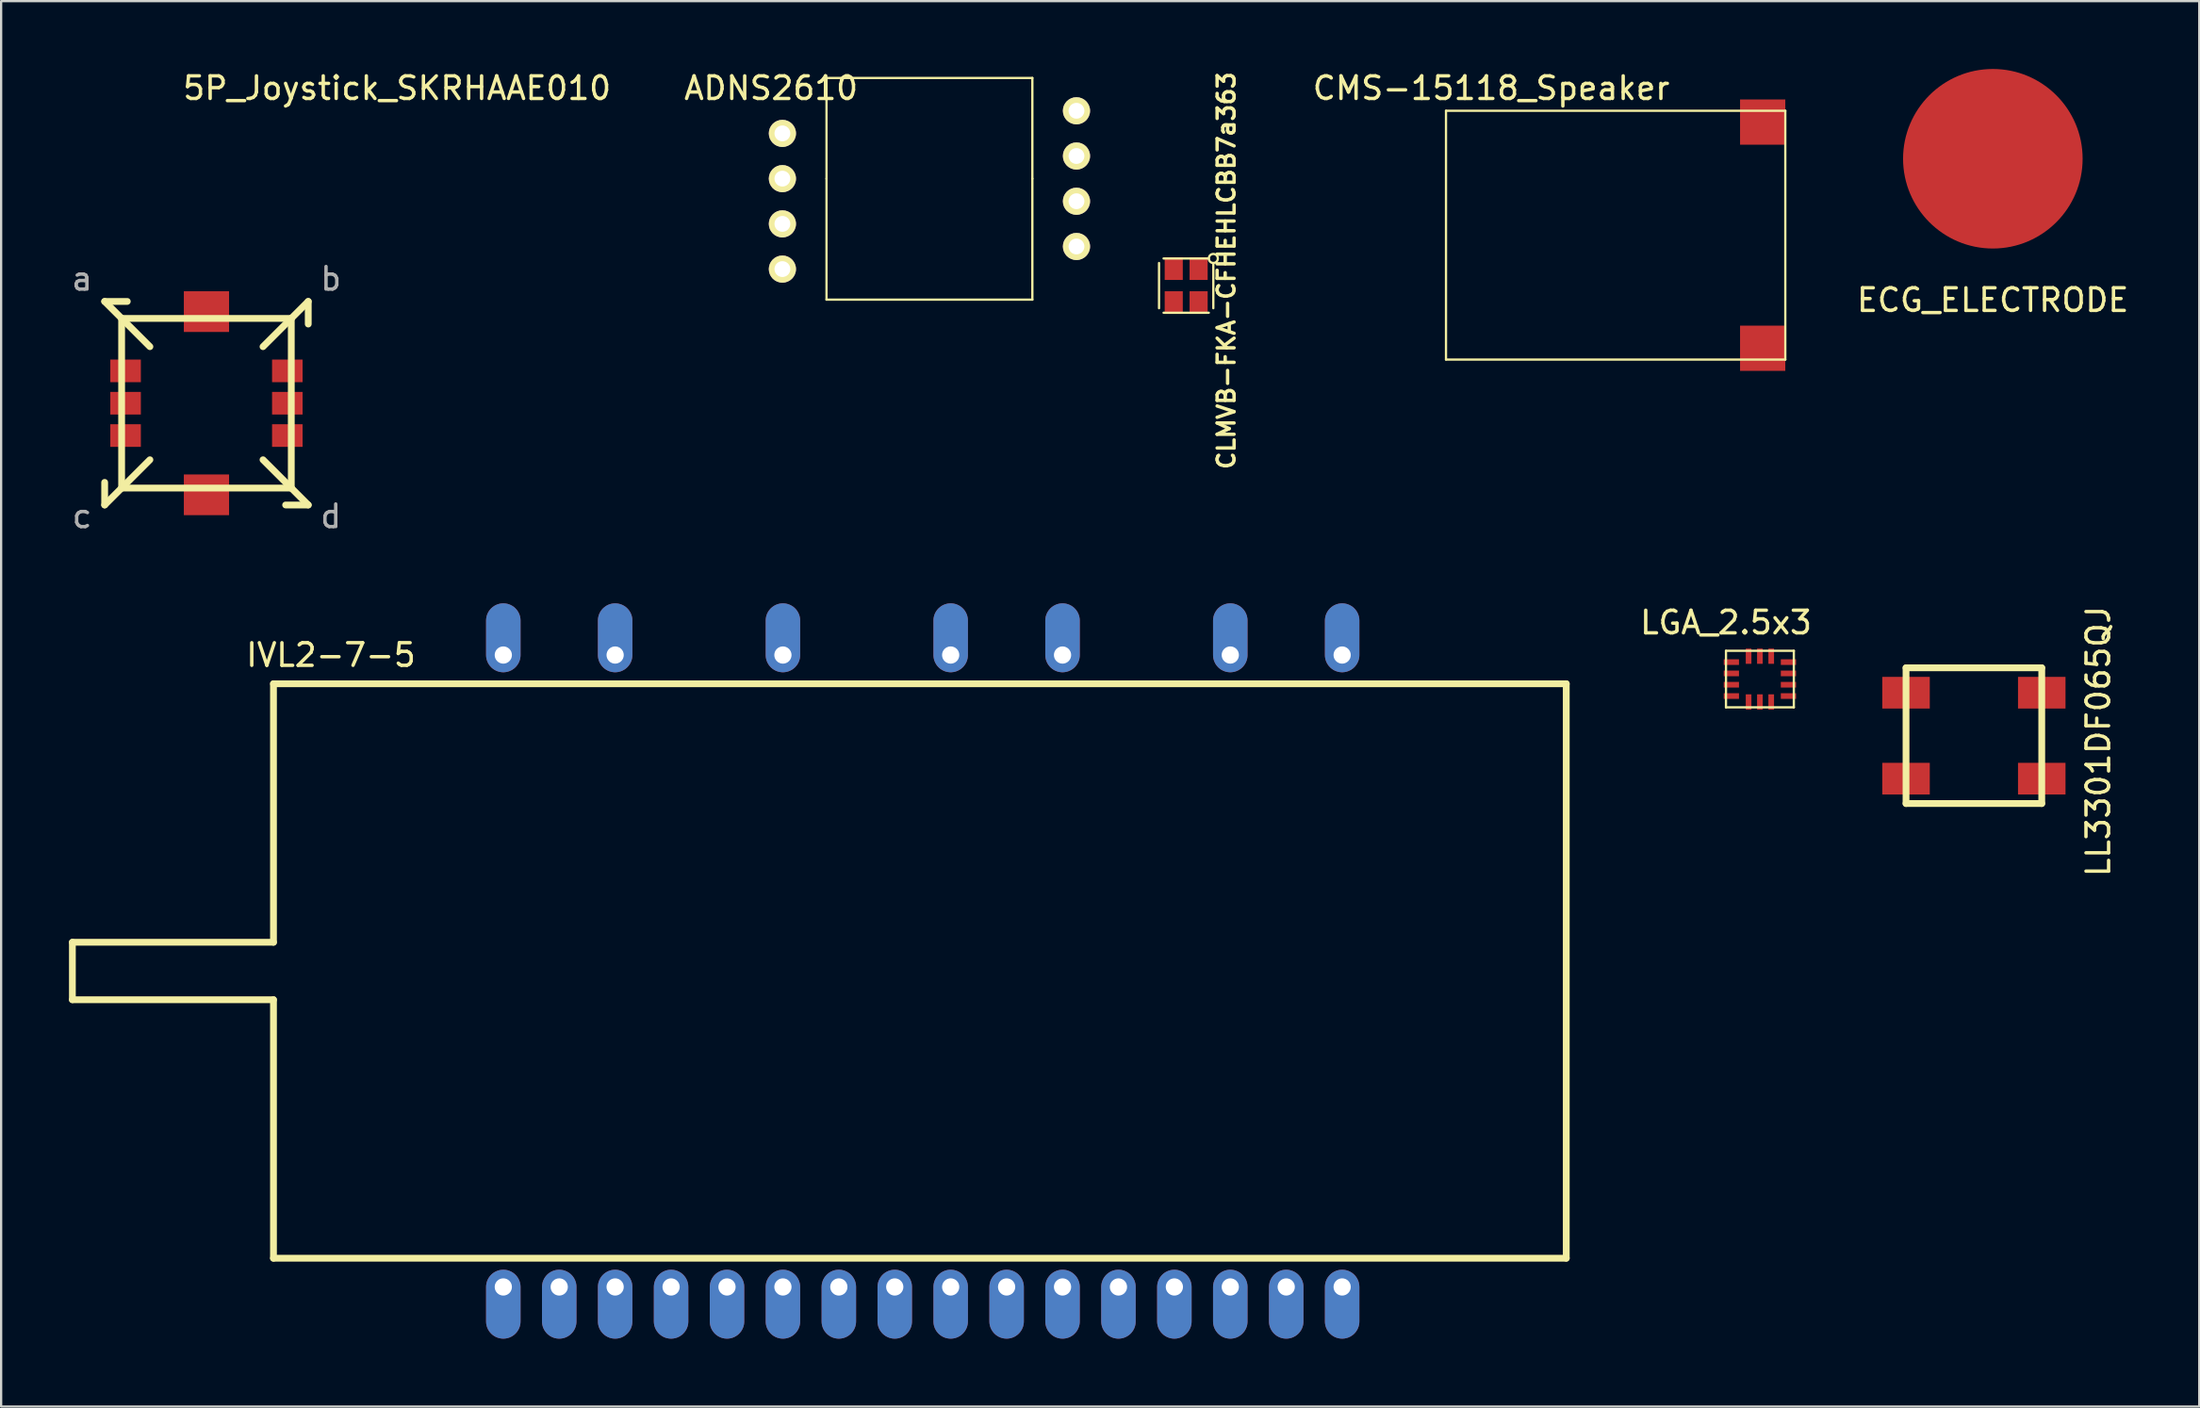
<source format=kicad_pcb>
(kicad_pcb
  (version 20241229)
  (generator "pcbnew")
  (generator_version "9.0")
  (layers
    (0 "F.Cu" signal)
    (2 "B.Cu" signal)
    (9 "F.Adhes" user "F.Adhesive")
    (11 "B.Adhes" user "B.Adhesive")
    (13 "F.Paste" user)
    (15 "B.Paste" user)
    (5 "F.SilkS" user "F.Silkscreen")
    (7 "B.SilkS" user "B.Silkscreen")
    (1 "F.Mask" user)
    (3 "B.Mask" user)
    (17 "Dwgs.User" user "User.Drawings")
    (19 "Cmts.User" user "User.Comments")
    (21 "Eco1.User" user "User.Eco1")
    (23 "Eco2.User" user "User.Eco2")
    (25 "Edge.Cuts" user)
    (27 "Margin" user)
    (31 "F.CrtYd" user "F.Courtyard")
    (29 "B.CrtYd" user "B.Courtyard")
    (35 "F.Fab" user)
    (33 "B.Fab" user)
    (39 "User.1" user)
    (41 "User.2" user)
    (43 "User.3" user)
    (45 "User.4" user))
  (footprint "5P_Joystick_SKRHAAE010"
    (layer "F.Cu")
    (at 6.077 14.778)
    (property "Reference" "5P_Joystick_SKRHAAE010" (at 8.425 -13.93 0) (layer "F.SilkS") (effects (font (size 1 1) (thickness 0.15))))
    (attr through_hole)
    (fp_line (start -4.5 -4.5) (end -3.5 -4.5) (stroke (width 0.3) (type solid)) (layer "F.SilkS"))
    (fp_line (start -4.5 4.5) (end -4.5 3.5) (stroke (width 0.3) (type solid)) (layer "F.SilkS"))
    (fp_line (start -3.75 -3.75) (end 3.75 -3.75) (stroke (width 0.3) (type solid)) (layer "F.SilkS"))
    (fp_line (start -3.75 3.75) (end -3.75 -3.75) (stroke (width 0.3) (type solid)) (layer "F.SilkS"))
    (fp_line (start -2.5 -2.5) (end -4.5 -4.5) (stroke (width 0.3) (type solid)) (layer "F.SilkS"))
    (fp_line (start -2.5 2.5) (end -4.5 4.5) (stroke (width 0.3) (type solid)) (layer "F.SilkS"))
    (fp_line (start 2.5 -2.5) (end 4.5 -4.5) (stroke (width 0.3) (type solid)) (layer "F.SilkS"))
    (fp_line (start 2.5 2.5) (end 4.5 4.5) (stroke (width 0.3) (type solid)) (layer "F.SilkS"))
    (fp_line (start 3.75 -3.75) (end 3.75 3.75) (stroke (width 0.3) (type solid)) (layer "F.SilkS"))
    (fp_line (start 3.75 3.75) (end -3.75 3.75) (stroke (width 0.3) (type solid)) (layer "F.SilkS"))
    (fp_line (start 4.5 -4.5) (end 4.5 -3.5) (stroke (width 0.3) (type solid)) (layer "F.SilkS"))
    (fp_line (start 4.5 4.5) (end 3.5 4.5) (stroke (width 0.3) (type solid)) (layer "F.SilkS"))
    (fp_text user "c" (at -5.5 5 0) (layer "F.Fab") (effects (font (size 1 1) (thickness 0.15))))
    (fp_text user "a" (at -5.5 -5.5 0) (layer "F.Fab") (effects (font (size 1 1) (thickness 0.15))))
    (fp_text user "d" (at 5.5 5 0) (layer "F.Fab") (effects (font (size 1 1) (thickness 0.15))))
    (fp_text user "b" (at 5.5 -5.5 0) (layer "F.Fab") (effects (font (size 1 1) (thickness 0.15))))
    (pad "1" smd rect (at -3.575 -1.43) (size 1.35 1) (layers "F.Cu" "F.Mask" "F.Paste"))
    (pad "2" smd rect (at -3.575 0) (size 1.35 1) (layers "F.Cu" "F.Mask" "F.Paste"))
    (pad "3" smd rect (at -3.575 1.43) (size 1.35 1) (layers "F.Cu" "F.Mask" "F.Paste"))
    (pad "4" smd rect (at 3.575 -1.43) (size 1.35 1) (layers "F.Cu" "F.Mask" "F.Paste"))
    (pad "5" smd rect (at 3.575 0) (size 1.35 1) (layers "F.Cu" "F.Mask" "F.Paste"))
    (pad "6" smd rect (at 3.575 1.43) (size 1.35 1) (layers "F.Cu" "F.Mask" "F.Paste"))
    (pad "7" smd rect (at 0 4.05) (size 2 1.8) (layers "F.Cu" "F.Mask" "F.Paste"))
    (pad "8" smd rect (at 0 -4.05) (size 2 1.8) (layers "F.Cu" "F.Mask" "F.Paste")))
  (footprint "ADNS2610"
    (layer "F.Cu")
    (at 38.038 4.848)
    (property "Reference" "ADNS2610" (at -7 -4 0) (layer "F.SilkS") (effects (font (size 1 1) (thickness 0.15))))
    (attr through_hole)
    (fp_line (start -4.55 -4.45) (end 4.55 -4.45) (stroke (width 0.1) (type solid)) (layer "F.SilkS"))
    (fp_line (start -4.55 0) (end -4.55 -4.45) (stroke (width 0.1) (type solid)) (layer "F.SilkS"))
    (fp_line (start -4.55 0) (end -4.55 5.35) (stroke (width 0.1) (type solid)) (layer "F.SilkS"))
    (fp_line (start -4.55 5.35) (end 4.55 5.35) (stroke (width 0.1) (type solid)) (layer "F.SilkS"))
    (fp_line (start 4.55 -4.45) (end 4.55 0) (stroke (width 0.1) (type solid)) (layer "F.SilkS"))
    (fp_line (start 4.55 5.35) (end 4.55 0) (stroke (width 0.1) (type solid)) (layer "F.SilkS"))
    (pad "1" thru_hole circle (at -6.5 -2) (size 1.2 1.2) (drill 0.7) (layers "*.Cu" "*.Mask" "F.SilkS"))
    (pad "2" thru_hole circle (at -6.5 0) (size 1.2 1.2) (drill 0.7) (layers "*.Cu" "*.Mask" "F.SilkS"))
    (pad "3" thru_hole circle (at -6.5 2) (size 1.2 1.2) (drill 0.7) (layers "*.Cu" "*.Mask" "F.SilkS"))
    (pad "4" thru_hole circle (at -6.5 4) (size 1.2 1.2) (drill 0.7) (layers "*.Cu" "*.Mask" "F.SilkS"))
    (pad "5" thru_hole circle (at 6.5 3) (size 1.2 1.2) (drill 0.7) (layers "*.Cu" "*.Mask" "F.SilkS"))
    (pad "6" thru_hole circle (at 6.5 1) (size 1.2 1.2) (drill 0.7) (layers "*.Cu" "*.Mask" "F.SilkS"))
    (pad "7" thru_hole circle (at 6.5 -1) (size 1.2 1.2) (drill 0.7) (layers "*.Cu" "*.Mask" "F.SilkS"))
    (pad "8" thru_hole circle (at 6.5 -3) (size 1.2 1.2) (drill 0.7) (layers "*.Cu" "*.Mask" "F.SilkS")))
  (footprint "LGA_2.5x3"
    (layer "F.Cu")
    (at 74.751 26.975)
    (property "Reference" "LGA_2.5x3" (at -1.5 -2.5 0) (layer "F.SilkS") (effects (font (size 1 1) (thickness 0.15))))
    (attr through_hole)
    (fp_line (start -1.5 -1.25) (end 1.5 -1.25) (stroke (width 0.1) (type solid)) (layer "F.SilkS"))
    (fp_line (start -1.5 1.25) (end -1.5 -1.25) (stroke (width 0.1) (type solid)) (layer "F.SilkS"))
    (fp_line (start 1.5 -1.25) (end 1.5 1.25) (stroke (width 0.1) (type solid)) (layer "F.SilkS"))
    (fp_line (start 1.5 1.25) (end -1.5 1.25) (stroke (width 0.1) (type solid)) (layer "F.SilkS"))
    (pad "1" smd rect (at -1.262 -0.75) (size 0.675 0.25) (layers "F.Cu" "F.Mask" "F.Paste"))
    (pad "2" smd rect (at -1.262 -0.25) (size 0.675 0.25) (layers "F.Cu" "F.Mask" "F.Paste"))
    (pad "3" smd rect (at -1.262 0.25) (size 0.675 0.25) (layers "F.Cu" "F.Mask" "F.Paste"))
    (pad "4" smd rect (at -1.262 0.75) (size 0.675 0.25) (layers "F.Cu" "F.Mask" "F.Paste"))
    (pad "5" smd rect (at -0.5 1.012) (size 0.25 0.675) (layers "F.Cu" "F.Mask" "F.Paste"))
    (pad "6" smd rect (at 0 1.012) (size 0.25 0.675) (layers "F.Cu" "F.Mask" "F.Paste"))
    (pad "7" smd rect (at 0.5 1.012) (size 0.25 0.675) (layers "F.Cu" "F.Mask" "F.Paste"))
    (pad "8" smd rect (at 1.262 0.75) (size 0.675 0.25) (layers "F.Cu" "F.Mask" "F.Paste"))
    (pad "9" smd rect (at 1.262 0.25) (size 0.675 0.25) (layers "F.Cu" "F.Mask" "F.Paste"))
    (pad "10" smd rect (at 1.262 -0.25) (size 0.675 0.25) (layers "F.Cu" "F.Mask" "F.Paste"))
    (pad "11" smd rect (at 1.262 -0.75) (size 0.675 0.25) (layers "F.Cu" "F.Mask" "F.Paste"))
    (pad "12" smd rect (at 0.5 -1.012) (size 0.25 0.675) (layers "F.Cu" "F.Mask" "F.Paste"))
    (pad "13" smd rect (at 0 -1.012) (size 0.25 0.675) (layers "F.Cu" "F.Mask" "F.Paste"))
    (pad "14" smd rect (at -0.5 -1.012) (size 0.25 0.675) (layers "F.Cu" "F.Mask" "F.Paste")))
  (footprint "ECG_ELECTRODE"
    (layer "F.Cu")
    (at 85.049 3.969)
    (property "Reference" "ECG_ELECTRODE" (at 0 6.25 0) (layer "F.SilkS") (effects (font (size 1 1) (thickness 0.15))))
    (attr through_hole)
    (pad "1" smd circle (at 0 0) (size 7.938 7.938) (layers "F.Cu" "F.Mask" "F.Paste")))
  (footprint "CMS-15118_Speaker"
    (layer "F.Cu")
    (at 60.874 12.848)
    (property "Reference" "CMS-15118_Speaker" (at 2 -12 0) (layer "F.SilkS") (effects (font (size 1 1) (thickness 0.15))))
    (attr through_hole)
    (fp_line (start 0 -11) (end 15 -11) (stroke (width 0.1) (type solid)) (layer "F.SilkS"))
    (fp_line (start 0 0) (end 0 -11) (stroke (width 0.1) (type solid)) (layer "F.SilkS"))
    (fp_line (start 15 -11) (end 15 0) (stroke (width 0.1) (type solid)) (layer "F.SilkS"))
    (fp_line (start 15 0) (end 0 0) (stroke (width 0.1) (type solid)) (layer "F.SilkS"))
    (pad "1" smd rect (at 14 -0.5) (size 2 2) (layers "F.Cu" "F.Mask" "F.Paste"))
    (pad "2" smd rect (at 14 -10.5) (size 2 2) (layers "F.Cu" "F.Mask" "F.Paste")))
  (footprint "CLMVB-FKA-CFHEHLCBB7a363"
    (layer "F.Cu")
    (at 49.388 9.578)
    (property "Reference" "CLMVB-FKA-CFHEHLCBB7a363" (at 1.778 -0.66 270) (layer "F.SilkS") (effects (font (size 0.75 0.75) (thickness 0.15))))
    (attr through_hole)
    (fp_line (start -1.2 1) (end -1.2 -1) (stroke (width 0.1) (type solid)) (layer "F.SilkS"))
    (fp_line (start -1 -1.2) (end 1 -1.2) (stroke (width 0.1) (type solid)) (layer "F.SilkS"))
    (fp_line (start 1 1.2) (end -1 1.2) (stroke (width 0.1) (type solid)) (layer "F.SilkS"))
    (fp_line (start 1.2 -1) (end 1.2 1) (stroke (width 0.1) (type solid)) (layer "F.SilkS"))
    (fp_circle (center 1.2 -1.2) (end 1.2 -1) (stroke (width 0.1) (type solid)) (fill no) (layer "F.SilkS"))
    (pad "1" smd rect (at 0.55 -0.75) (size 0.8 1) (layers "F.Cu" "F.Mask" "F.Paste"))
    (pad "2" smd rect (at 0.55 0.75) (size 0.8 1) (layers "F.Cu" "F.Mask" "F.Paste"))
    (pad "3" smd rect (at -0.55 0.75) (size 0.8 1) (layers "F.Cu" "F.Mask" "F.Paste"))
    (pad "4" smd rect (at -0.55 -0.75) (size 0.8 1) (layers "F.Cu" "F.Mask" "F.Paste")))
  (footprint "IVL2-7-5"
    (layer "F.Cu")
    (at 19.2 53.852)
    (property "Reference" "IVL2-7-5" (at -7.62 -27.94 0) (layer "F.SilkS") (effects (font (size 1 1) (thickness 0.15))))
    (attr through_hole)
    (fp_line (start -19.05 -15.24) (end -19.05 -12.7) (stroke (width 0.3) (type solid)) (layer "F.SilkS"))
    (fp_line (start -19.05 -12.7) (end -10.16 -12.7) (stroke (width 0.3) (type solid)) (layer "F.SilkS"))
    (fp_line (start -10.16 -15.24) (end -19.05 -15.24) (stroke (width 0.3) (type solid)) (layer "F.SilkS"))
    (fp_line (start -10.16 -15.24) (end -10.16 -26.67) (stroke (width 0.3) (type solid)) (layer "F.SilkS"))
    (fp_line (start -10.16 -12.7) (end -10.16 -1.27) (stroke (width 0.3) (type solid)) (layer "F.SilkS"))
    (fp_line (start -10.16 -1.27) (end 46.99 -1.27) (stroke (width 0.3) (type solid)) (layer "F.SilkS"))
    (fp_line (start 46.99 -26.67) (end -10.16 -26.67) (stroke (width 0.3) (type solid)) (layer "F.SilkS"))
    (fp_line (start 46.99 -1.27) (end 46.99 -26.67) (stroke (width 0.3) (type solid)) (layer "F.SilkS"))
    (pad "1" thru_hole oval (at 0 0) (size 1.524 3.048) (drill 0.762 (offset 0 0.762)) (layers "*.Cu" "*.Mask"))
    (pad "2" thru_hole oval (at 2.472 0) (size 1.524 3.048) (drill 0.762 (offset 0 0.762)) (layers "*.Cu" "*.Mask"))
    (pad "3" thru_hole oval (at 4.944 0) (size 1.524 3.048) (drill 0.762 (offset 0 0.762)) (layers "*.Cu" "*.Mask"))
    (pad "4" thru_hole oval (at 7.417 0) (size 1.524 3.048) (drill 0.762 (offset 0 0.762)) (layers "*.Cu" "*.Mask"))
    (pad "5" thru_hole oval (at 9.889 0) (size 1.524 3.048) (drill 0.762 (offset 0 0.762)) (layers "*.Cu" "*.Mask"))
    (pad "6" thru_hole oval (at 12.361 0) (size 1.524 3.048) (drill 0.762 (offset 0 0.762)) (layers "*.Cu" "*.Mask"))
    (pad "7" thru_hole oval (at 14.833 0) (size 1.524 3.048) (drill 0.762 (offset 0 0.762)) (layers "*.Cu" "*.Mask"))
    (pad "8" thru_hole oval (at 17.305 0) (size 1.524 3.048) (drill 0.762 (offset 0 0.762)) (layers "*.Cu" "*.Mask"))
    (pad "9" thru_hole oval (at 19.777 0) (size 1.524 3.048) (drill 0.762 (offset 0 0.762)) (layers "*.Cu" "*.Mask"))
    (pad "10" thru_hole oval (at 22.25 0) (size 1.524 3.048) (drill 0.762 (offset 0 0.762)) (layers "*.Cu" "*.Mask"))
    (pad "11" thru_hole oval (at 24.722 0) (size 1.524 3.048) (drill 0.762 (offset 0 0.762)) (layers "*.Cu" "*.Mask"))
    (pad "12" thru_hole oval (at 27.194 0) (size 1.524 3.048) (drill 0.762 (offset 0 0.762)) (layers "*.Cu" "*.Mask"))
    (pad "13" thru_hole oval (at 29.666 0) (size 1.524 3.048) (drill 0.762 (offset 0 0.762)) (layers "*.Cu" "*.Mask"))
    (pad "14" thru_hole oval (at 32.138 0) (size 1.524 3.048) (drill 0.762 (offset 0 0.762)) (layers "*.Cu" "*.Mask"))
    (pad "15" thru_hole oval (at 34.611 0) (size 1.524 3.048) (drill 0.762 (offset 0 0.762)) (layers "*.Cu" "*.Mask"))
    (pad "16" thru_hole oval (at 37.083 0) (size 1.524 3.048) (drill 0.762 (offset 0 0.762)) (layers "*.Cu" "*.Mask"))
    (pad "17" thru_hole oval (at 37.083 -27.94) (size 1.524 3.048) (drill 0.762 (offset 0 -0.762)) (layers "*.Cu" "*.Mask"))
    (pad "18" thru_hole oval (at 32.138 -27.94) (size 1.524 3.048) (drill 0.762 (offset 0 -0.762)) (layers "*.Cu" "*.Mask"))
    (pad "19" thru_hole oval (at 24.722 -27.94) (size 1.524 3.048) (drill 0.762 (offset 0 -0.762)) (layers "*.Cu" "*.Mask"))
    (pad "20" thru_hole oval (at 19.777 -27.94) (size 1.524 3.048) (drill 0.762 (offset 0 -0.762)) (layers "*.Cu" "*.Mask"))
    (pad "21" thru_hole oval (at 12.361 -27.94) (size 1.524 3.048) (drill 0.762 (offset 0 -0.762)) (layers "*.Cu" "*.Mask"))
    (pad "22" thru_hole oval (at 4.944 -27.94) (size 1.524 3.048) (drill 0.762 (offset 0 -0.762)) (layers "*.Cu" "*.Mask"))
    (pad "23" thru_hole oval (at 0 -27.94) (size 1.524 3.048) (drill 0.762 (offset 0 -0.762)) (layers "*.Cu" "*.Mask")))
  (footprint "LL3301DF065QJ"
    (layer "F.Cu")
    (at 84.211 29.478)
    (property "Reference" "LL3301DF065QJ" (at 5.5 0.25 90) (layer "F.SilkS") (effects (font (size 1 1) (thickness 0.15))))
    (attr through_hole)
    (fp_line (start -3 -3) (end 3 -3) (stroke (width 0.3) (type solid)) (layer "F.SilkS"))
    (fp_line (start -3 3) (end -3 -3) (stroke (width 0.3) (type solid)) (layer "F.SilkS"))
    (fp_line (start 3 -3) (end 3 3) (stroke (width 0.3) (type solid)) (layer "F.SilkS"))
    (fp_line (start 3 3) (end -3 3) (stroke (width 0.3) (type solid)) (layer "F.SilkS"))
    (pad "1" smd rect (at -3 -1.9) (size 2.1 1.4) (layers "F.Cu" "F.Mask" "F.Paste"))
    (pad "2" smd rect (at 3 -1.9) (size 2.1 1.4) (layers "F.Cu" "F.Mask" "F.Paste"))
    (pad "3" smd rect (at -3 1.9) (size 2.1 1.4) (layers "F.Cu" "F.Mask" "F.Paste"))
    (pad "4" smd rect (at 3 1.9) (size 2.1 1.4) (layers "F.Cu" "F.Mask" "F.Paste")))
  (gr_rect
    (start -3 -3)
    (end 94.174 59.139)
    (stroke (width 0.1) (type default))
    (fill no)
    (layer "Edge.Cuts")))
</source>
